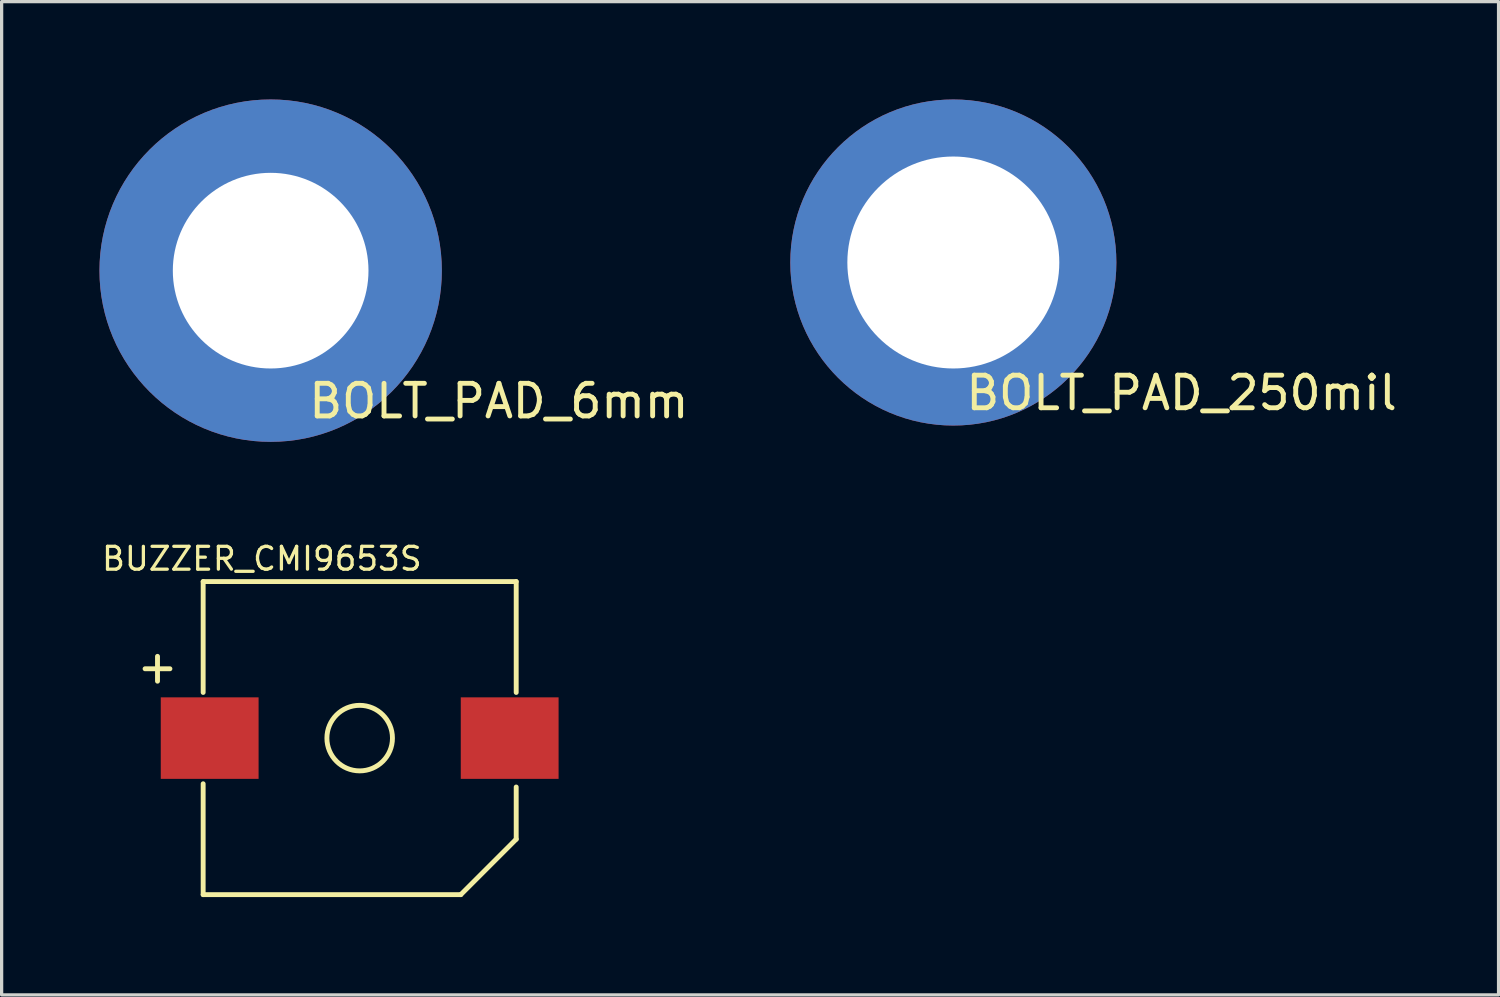
<source format=kicad_pcb>
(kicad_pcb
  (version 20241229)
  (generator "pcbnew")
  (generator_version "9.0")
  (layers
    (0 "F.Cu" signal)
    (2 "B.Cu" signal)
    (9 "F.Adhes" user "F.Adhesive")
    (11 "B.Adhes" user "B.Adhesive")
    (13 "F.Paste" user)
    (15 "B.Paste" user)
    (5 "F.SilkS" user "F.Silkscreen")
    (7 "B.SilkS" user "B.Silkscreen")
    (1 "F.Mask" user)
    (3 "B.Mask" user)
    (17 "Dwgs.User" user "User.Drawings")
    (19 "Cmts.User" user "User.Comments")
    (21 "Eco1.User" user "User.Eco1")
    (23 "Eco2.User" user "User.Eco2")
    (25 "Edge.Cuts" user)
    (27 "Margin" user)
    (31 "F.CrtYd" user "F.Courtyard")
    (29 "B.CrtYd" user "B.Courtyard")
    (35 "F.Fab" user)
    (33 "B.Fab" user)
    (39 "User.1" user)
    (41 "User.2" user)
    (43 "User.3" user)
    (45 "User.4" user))
  (footprint "BUZZER_CMI9653S"
    (layer "F.Cu")
    (at 7.98 19.585)
    (property "Reference" "BUZZER_CMI9653S" (at -3 -5.5 0) (layer "F.SilkS") (effects (font (size 0.7 0.7) (thickness 0.1))))
    (attr through_hole)
    (fp_line (start -4.8 -4.8) (end 4.8 -4.8) (stroke (width 0.15) (type solid)) (layer "F.SilkS"))
    (fp_line (start -4.8 -1.4) (end -4.8 -4.8) (stroke (width 0.15) (type solid)) (layer "F.SilkS"))
    (fp_line (start -4.8 4.8) (end -4.8 1.4) (stroke (width 0.15) (type solid)) (layer "F.SilkS"))
    (fp_line (start 3.1 4.8) (end -4.8 4.8) (stroke (width 0.15) (type solid)) (layer "F.SilkS"))
    (fp_line (start 4.8 -4.8) (end 4.8 -1.4) (stroke (width 0.15) (type solid)) (layer "F.SilkS"))
    (fp_line (start 4.8 1.5) (end 4.8 3.1) (stroke (width 0.15) (type solid)) (layer "F.SilkS"))
    (fp_line (start 4.8 3.1) (end 3.1 4.8) (stroke (width 0.15) (type solid)) (layer "F.SilkS"))
    (fp_circle (center 0 0) (end 1 0.1) (stroke (width 0.15) (type solid)) (fill no) (layer "F.SilkS"))
    (fp_text user "+" (at -6.2 -2.2 0) (layer "F.SilkS") (effects (font (size 1 1) (thickness 0.15))))
    (pad "1" smd rect (at -4.6 0) (size 3 2.5) (layers "F.Cu" "F.Mask"))
    (pad "2" smd rect (at 4.6 0) (size 3 2.5) (layers "F.Cu" "F.Mask")))
  (footprint "BOLT_PAD_250mil"
    (layer "F.Cu")
    (at 26.185 5)
    (property "Reference" "BOLT_PAD_250mil" (at 7 4 0) (layer "F.SilkS") (effects (font (size 1 1) (thickness 0.15))))
    (attr through_hole)
    (pad "1" thru_hole circle (at 0 0) (size 10 10) (drill 6.5) (layers "*.Cu" "*.Mask")))
  (footprint "BOLT_PAD_6mm"
    (layer "F.Cu")
    (at 5.25 5.25)
    (property "Reference" "BOLT_PAD_6mm" (at 7 4 0) (layer "F.SilkS") (effects (font (size 1 1) (thickness 0.15))))
    (attr through_hole)
    (pad "1" thru_hole circle (at 0 0) (size 10.5 10.5) (drill 6) (layers "*.Cu" "*.Mask")))
  (gr_rect
    (start -3 -3)
    (end 42.905 27.46)
    (stroke (width 0.1) (type default))
    (fill no)
    (layer "Edge.Cuts")))
</source>
